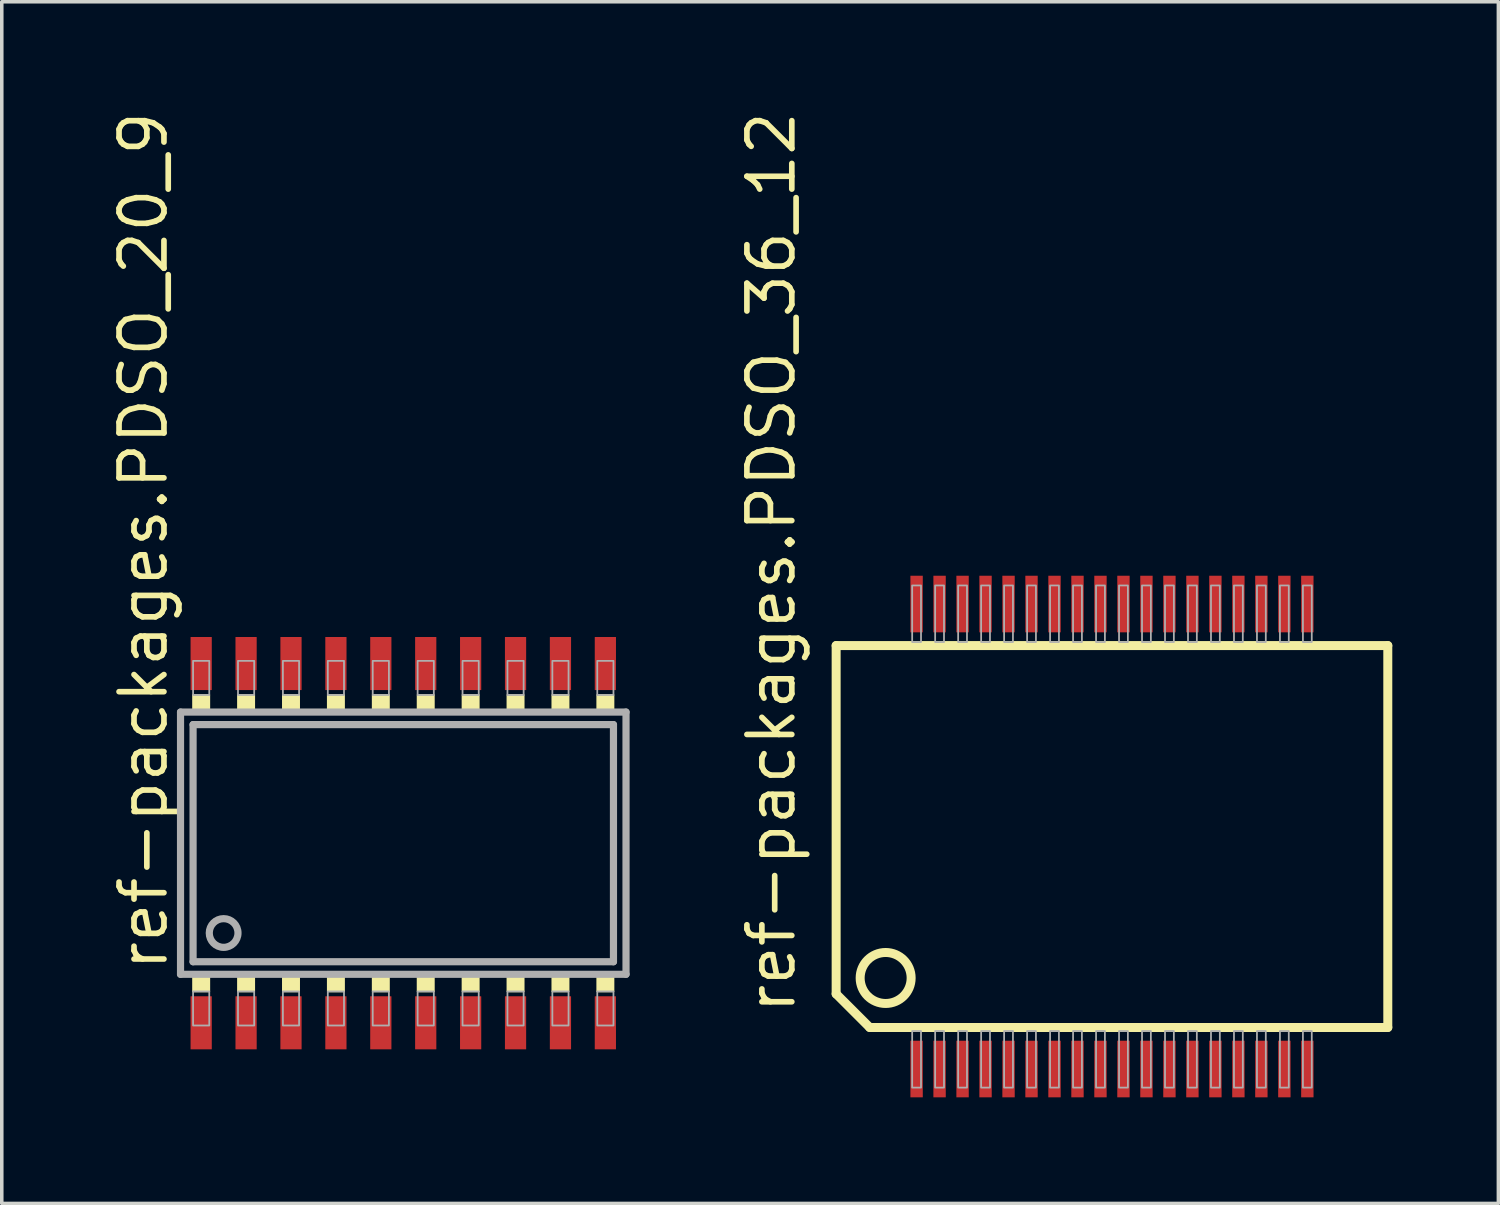
<source format=kicad_pcb>
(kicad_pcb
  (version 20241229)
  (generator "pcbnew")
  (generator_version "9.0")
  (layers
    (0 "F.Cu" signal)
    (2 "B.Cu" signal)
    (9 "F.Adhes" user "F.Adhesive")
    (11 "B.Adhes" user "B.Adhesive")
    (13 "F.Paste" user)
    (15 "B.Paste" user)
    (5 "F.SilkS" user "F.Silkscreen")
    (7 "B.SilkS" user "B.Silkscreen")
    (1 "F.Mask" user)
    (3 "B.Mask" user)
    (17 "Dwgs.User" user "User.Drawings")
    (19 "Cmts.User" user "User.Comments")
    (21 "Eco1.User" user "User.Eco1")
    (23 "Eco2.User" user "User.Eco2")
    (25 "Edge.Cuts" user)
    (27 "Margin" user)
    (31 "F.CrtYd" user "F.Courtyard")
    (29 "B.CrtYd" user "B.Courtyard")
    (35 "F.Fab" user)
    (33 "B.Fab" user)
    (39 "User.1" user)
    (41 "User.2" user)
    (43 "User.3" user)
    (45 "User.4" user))
  (footprint "ref-packages.PDSO_20_9"
    (layer "F.Cu")
    (at 8.354 20.794)
    (property "Reference" "ref-packages.PDSO_20_9" (at -6.604 3.683 90) (layer "F.SilkS") (effects (font (size 1.27 1.27) (thickness 0.16)) (justify left bottom)))
    (attr smd)
    (fp_rect (start -5.944 -3.734) (end -5.486 -4.191) (stroke (width 0.05) (type default)) (fill yes) (layer "F.SilkS"))
    (fp_rect (start -5.944 4.191) (end -5.486 3.734) (stroke (width 0.05) (type default)) (fill yes) (layer "F.SilkS"))
    (fp_rect (start -4.674 -3.734) (end -4.216 -4.191) (stroke (width 0.05) (type default)) (fill yes) (layer "F.SilkS"))
    (fp_rect (start -4.674 4.191) (end -4.216 3.734) (stroke (width 0.05) (type default)) (fill yes) (layer "F.SilkS"))
    (fp_rect (start -3.404 -3.734) (end -2.946 -4.191) (stroke (width 0.05) (type default)) (fill yes) (layer "F.SilkS"))
    (fp_rect (start -3.404 4.191) (end -2.946 3.734) (stroke (width 0.05) (type default)) (fill yes) (layer "F.SilkS"))
    (fp_rect (start -2.134 -3.734) (end -1.676 -4.191) (stroke (width 0.05) (type default)) (fill yes) (layer "F.SilkS"))
    (fp_rect (start -2.134 4.191) (end -1.676 3.734) (stroke (width 0.05) (type default)) (fill yes) (layer "F.SilkS"))
    (fp_rect (start -0.864 -3.734) (end -0.406 -4.191) (stroke (width 0.05) (type default)) (fill yes) (layer "F.SilkS"))
    (fp_rect (start -0.864 4.191) (end -0.406 3.734) (stroke (width 0.05) (type default)) (fill yes) (layer "F.SilkS"))
    (fp_rect (start 0.406 -3.734) (end 0.864 -4.191) (stroke (width 0.05) (type default)) (fill yes) (layer "F.SilkS"))
    (fp_rect (start 0.406 4.191) (end 0.864 3.734) (stroke (width 0.05) (type default)) (fill yes) (layer "F.SilkS"))
    (fp_rect (start 1.676 -3.734) (end 2.134 -4.191) (stroke (width 0.05) (type default)) (fill yes) (layer "F.SilkS"))
    (fp_rect (start 1.676 4.191) (end 2.134 3.734) (stroke (width 0.05) (type default)) (fill yes) (layer "F.SilkS"))
    (fp_rect (start 2.946 -3.734) (end 3.404 -4.191) (stroke (width 0.05) (type default)) (fill yes) (layer "F.SilkS"))
    (fp_rect (start 2.946 4.191) (end 3.404 3.734) (stroke (width 0.05) (type default)) (fill yes) (layer "F.SilkS"))
    (fp_rect (start 4.216 -3.734) (end 4.674 -4.191) (stroke (width 0.05) (type default)) (fill yes) (layer "F.SilkS"))
    (fp_rect (start 4.216 4.191) (end 4.674 3.734) (stroke (width 0.05) (type default)) (fill yes) (layer "F.SilkS"))
    (fp_rect (start 5.486 -3.734) (end 5.944 -4.191) (stroke (width 0.05) (type default)) (fill yes) (layer "F.SilkS"))
    (fp_rect (start 5.486 4.191) (end 5.944 3.734) (stroke (width 0.05) (type default)) (fill yes) (layer "F.SilkS"))
    (fp_line (start -6.299 -3.708) (end 6.299 -3.708) (stroke (width 0.203) (type default)) (layer "F.Fab"))
    (fp_line (start -6.299 3.708) (end -6.299 -3.708) (stroke (width 0.203) (type default)) (layer "F.Fab"))
    (fp_line (start -5.944 -3.353) (end 5.944 -3.353) (stroke (width 0.203) (type default)) (layer "F.Fab"))
    (fp_line (start -5.944 3.353) (end -5.944 -3.353) (stroke (width 0.203) (type default)) (layer "F.Fab"))
    (fp_line (start 5.944 -3.353) (end 5.944 3.353) (stroke (width 0.203) (type default)) (layer "F.Fab"))
    (fp_line (start 5.944 3.353) (end -5.944 3.353) (stroke (width 0.203) (type default)) (layer "F.Fab"))
    (fp_line (start 6.299 -3.708) (end 6.299 3.708) (stroke (width 0.203) (type default)) (layer "F.Fab"))
    (fp_line (start 6.299 3.708) (end -6.299 3.708) (stroke (width 0.203) (type default)) (layer "F.Fab"))
    (fp_rect (start -5.944 -4.191) (end -5.486 -5.156) (stroke (width 0.05) (type default)) (fill no) (layer "F.Fab"))
    (fp_rect (start -5.944 5.156) (end -5.486 4.191) (stroke (width 0.05) (type default)) (fill no) (layer "F.Fab"))
    (fp_rect (start -4.674 -4.191) (end -4.216 -5.156) (stroke (width 0.05) (type default)) (fill no) (layer "F.Fab"))
    (fp_rect (start -4.674 5.156) (end -4.216 4.191) (stroke (width 0.05) (type default)) (fill no) (layer "F.Fab"))
    (fp_rect (start -3.404 -4.191) (end -2.946 -5.156) (stroke (width 0.05) (type default)) (fill no) (layer "F.Fab"))
    (fp_rect (start -3.404 5.156) (end -2.946 4.191) (stroke (width 0.05) (type default)) (fill no) (layer "F.Fab"))
    (fp_rect (start -2.134 -4.191) (end -1.676 -5.156) (stroke (width 0.05) (type default)) (fill no) (layer "F.Fab"))
    (fp_rect (start -2.134 5.156) (end -1.676 4.191) (stroke (width 0.05) (type default)) (fill no) (layer "F.Fab"))
    (fp_rect (start -0.864 -4.191) (end -0.406 -5.156) (stroke (width 0.05) (type default)) (fill no) (layer "F.Fab"))
    (fp_rect (start -0.864 5.156) (end -0.406 4.191) (stroke (width 0.05) (type default)) (fill no) (layer "F.Fab"))
    (fp_rect (start 0.406 -4.191) (end 0.864 -5.156) (stroke (width 0.05) (type default)) (fill no) (layer "F.Fab"))
    (fp_rect (start 0.406 5.156) (end 0.864 4.191) (stroke (width 0.05) (type default)) (fill no) (layer "F.Fab"))
    (fp_rect (start 1.676 -4.191) (end 2.134 -5.156) (stroke (width 0.05) (type default)) (fill no) (layer "F.Fab"))
    (fp_rect (start 1.676 5.156) (end 2.134 4.191) (stroke (width 0.05) (type default)) (fill no) (layer "F.Fab"))
    (fp_rect (start 2.946 -4.191) (end 3.404 -5.156) (stroke (width 0.05) (type default)) (fill no) (layer "F.Fab"))
    (fp_rect (start 2.946 5.156) (end 3.404 4.191) (stroke (width 0.05) (type default)) (fill no) (layer "F.Fab"))
    (fp_rect (start 4.216 -4.191) (end 4.674 -5.156) (stroke (width 0.05) (type default)) (fill no) (layer "F.Fab"))
    (fp_rect (start 4.216 5.156) (end 4.674 4.191) (stroke (width 0.05) (type default)) (fill no) (layer "F.Fab"))
    (fp_rect (start 5.486 -4.191) (end 5.944 -5.156) (stroke (width 0.05) (type default)) (fill no) (layer "F.Fab"))
    (fp_rect (start 5.486 5.156) (end 5.944 4.191) (stroke (width 0.05) (type default)) (fill no) (layer "F.Fab"))
    (fp_circle (center -5.08 2.54) (end -4.674 2.54) (stroke (width 0.203) (type default)) (fill no) (layer "F.Fab"))
    (pad "1" smd roundrect (at -5.715 5.08) (size 0.6 1.5) (layers "F.Cu" "F.Mask" "F.Paste") (roundrect_rratio 0.01))
    (pad "2" smd roundrect (at -4.445 5.08) (size 0.6 1.5) (layers "F.Cu" "F.Mask" "F.Paste") (roundrect_rratio 0.01))
    (pad "3" smd roundrect (at -3.175 5.08) (size 0.6 1.5) (layers "F.Cu" "F.Mask" "F.Paste") (roundrect_rratio 0.01))
    (pad "4" smd roundrect (at -1.905 5.08) (size 0.6 1.5) (layers "F.Cu" "F.Mask" "F.Paste") (roundrect_rratio 0.01))
    (pad "5" smd roundrect (at -0.635 5.08) (size 0.6 1.5) (layers "F.Cu" "F.Mask" "F.Paste") (roundrect_rratio 0.01))
    (pad "6" smd roundrect (at 0.635 5.08) (size 0.6 1.5) (layers "F.Cu" "F.Mask" "F.Paste") (roundrect_rratio 0.01))
    (pad "7" smd roundrect (at 1.905 5.08) (size 0.6 1.5) (layers "F.Cu" "F.Mask" "F.Paste") (roundrect_rratio 0.01))
    (pad "8" smd roundrect (at 3.175 5.08) (size 0.6 1.5) (layers "F.Cu" "F.Mask" "F.Paste") (roundrect_rratio 0.01))
    (pad "9" smd roundrect (at 4.445 5.08) (size 0.6 1.5) (layers "F.Cu" "F.Mask" "F.Paste") (roundrect_rratio 0.01))
    (pad "10" smd roundrect (at 5.715 5.08) (size 0.6 1.5) (layers "F.Cu" "F.Mask" "F.Paste") (roundrect_rratio 0.01))
    (pad "11" smd roundrect (at 5.715 -5.08) (size 0.6 1.5) (layers "F.Cu" "F.Mask" "F.Paste") (roundrect_rratio 0.01))
    (pad "12" smd roundrect (at 4.445 -5.08) (size 0.6 1.5) (layers "F.Cu" "F.Mask" "F.Paste") (roundrect_rratio 0.01))
    (pad "13" smd roundrect (at 3.175 -5.08) (size 0.6 1.5) (layers "F.Cu" "F.Mask" "F.Paste") (roundrect_rratio 0.01))
    (pad "14" smd roundrect (at 1.905 -5.08) (size 0.6 1.5) (layers "F.Cu" "F.Mask" "F.Paste") (roundrect_rratio 0.01))
    (pad "15" smd roundrect (at 0.635 -5.08) (size 0.6 1.5) (layers "F.Cu" "F.Mask" "F.Paste") (roundrect_rratio 0.01))
    (pad "16" smd roundrect (at -0.635 -5.08) (size 0.6 1.5) (layers "F.Cu" "F.Mask" "F.Paste") (roundrect_rratio 0.01))
    (pad "17" smd roundrect (at -1.905 -5.08) (size 0.6 1.5) (layers "F.Cu" "F.Mask" "F.Paste") (roundrect_rratio 0.01))
    (pad "18" smd roundrect (at -3.175 -5.08) (size 0.6 1.5) (layers "F.Cu" "F.Mask" "F.Paste") (roundrect_rratio 0.01))
    (pad "19" smd roundrect (at -4.445 -5.08) (size 0.6 1.5) (layers "F.Cu" "F.Mask" "F.Paste") (roundrect_rratio 0.01))
    (pad "20" smd roundrect (at -5.715 -5.08) (size 0.6 1.5) (layers "F.Cu" "F.Mask" "F.Paste") (roundrect_rratio 0.01)))
  (footprint "ref-packages.PDSO_36_12"
    (layer "F.Cu")
    (at 28.395 20.606)
    (property "Reference" "ref-packages.PDSO_36_12" (at -8.89 5.08 90) (layer "F.SilkS") (effects (font (size 1.27 1.27) (thickness 0.16)) (justify left bottom)))
    (attr smd)
    (fp_line (start -7.8 -5.4) (end -7.8 4.45) (stroke (width 0.254) (type default)) (layer "F.SilkS"))
    (fp_line (start -6.85 5.4) (end -7.8 4.45) (stroke (width 0.254) (type default)) (layer "F.SilkS"))
    (fp_line (start -6.85 5.4) (end 7.8 5.4) (stroke (width 0.254) (type default)) (layer "F.SilkS"))
    (fp_line (start 7.8 -5.4) (end -7.8 -5.4) (stroke (width 0.254) (type default)) (layer "F.SilkS"))
    (fp_line (start 7.8 5.4) (end 7.8 -5.4) (stroke (width 0.254) (type default)) (layer "F.SilkS"))
    (fp_circle (center -6.4 4) (end -5.679 4) (stroke (width 0.254) (type default)) (fill no) (layer "F.SilkS"))
    (fp_rect (start -5.65 -5.5) (end -5.4 -7.1) (stroke (width 0.05) (type default)) (fill no) (layer "F.Fab"))
    (fp_rect (start -5.65 7.1) (end -5.4 5.5) (stroke (width 0.05) (type default)) (fill no) (layer "F.Fab"))
    (fp_rect (start -5 -5.5) (end -4.75 -7.1) (stroke (width 0.05) (type default)) (fill no) (layer "F.Fab"))
    (fp_rect (start -5 7.1) (end -4.75 5.5) (stroke (width 0.05) (type default)) (fill no) (layer "F.Fab"))
    (fp_rect (start -4.35 -5.5) (end -4.1 -7.1) (stroke (width 0.05) (type default)) (fill no) (layer "F.Fab"))
    (fp_rect (start -4.35 7.1) (end -4.1 5.5) (stroke (width 0.05) (type default)) (fill no) (layer "F.Fab"))
    (fp_rect (start -3.7 -5.5) (end -3.45 -7.1) (stroke (width 0.05) (type default)) (fill no) (layer "F.Fab"))
    (fp_rect (start -3.7 7.1) (end -3.45 5.5) (stroke (width 0.05) (type default)) (fill no) (layer "F.Fab"))
    (fp_rect (start -3.05 -5.5) (end -2.8 -7.1) (stroke (width 0.05) (type default)) (fill no) (layer "F.Fab"))
    (fp_rect (start -3.05 7.1) (end -2.8 5.5) (stroke (width 0.05) (type default)) (fill no) (layer "F.Fab"))
    (fp_rect (start -2.4 -5.5) (end -2.15 -7.1) (stroke (width 0.05) (type default)) (fill no) (layer "F.Fab"))
    (fp_rect (start -2.4 7.1) (end -2.15 5.5) (stroke (width 0.05) (type default)) (fill no) (layer "F.Fab"))
    (fp_rect (start -1.75 -5.5) (end -1.5 -7.1) (stroke (width 0.05) (type default)) (fill no) (layer "F.Fab"))
    (fp_rect (start -1.75 7.1) (end -1.5 5.5) (stroke (width 0.05) (type default)) (fill no) (layer "F.Fab"))
    (fp_rect (start -1.1 -5.5) (end -0.85 -7.1) (stroke (width 0.05) (type default)) (fill no) (layer "F.Fab"))
    (fp_rect (start -1.1 7.1) (end -0.85 5.5) (stroke (width 0.05) (type default)) (fill no) (layer "F.Fab"))
    (fp_rect (start -0.45 -5.5) (end -0.2 -7.1) (stroke (width 0.05) (type default)) (fill no) (layer "F.Fab"))
    (fp_rect (start -0.45 7.1) (end -0.2 5.5) (stroke (width 0.05) (type default)) (fill no) (layer "F.Fab"))
    (fp_rect (start 0.2 -5.5) (end 0.45 -7.1) (stroke (width 0.05) (type default)) (fill no) (layer "F.Fab"))
    (fp_rect (start 0.2 7.1) (end 0.45 5.5) (stroke (width 0.05) (type default)) (fill no) (layer "F.Fab"))
    (fp_rect (start 0.85 -5.5) (end 1.1 -7.1) (stroke (width 0.05) (type default)) (fill no) (layer "F.Fab"))
    (fp_rect (start 0.85 7.1) (end 1.1 5.5) (stroke (width 0.05) (type default)) (fill no) (layer "F.Fab"))
    (fp_rect (start 1.5 -5.5) (end 1.75 -7.1) (stroke (width 0.05) (type default)) (fill no) (layer "F.Fab"))
    (fp_rect (start 1.5 7.1) (end 1.75 5.5) (stroke (width 0.05) (type default)) (fill no) (layer "F.Fab"))
    (fp_rect (start 2.15 -5.5) (end 2.4 -7.1) (stroke (width 0.05) (type default)) (fill no) (layer "F.Fab"))
    (fp_rect (start 2.15 7.1) (end 2.4 5.5) (stroke (width 0.05) (type default)) (fill no) (layer "F.Fab"))
    (fp_rect (start 2.8 -5.5) (end 3.05 -7.1) (stroke (width 0.05) (type default)) (fill no) (layer "F.Fab"))
    (fp_rect (start 2.8 7.1) (end 3.05 5.5) (stroke (width 0.05) (type default)) (fill no) (layer "F.Fab"))
    (fp_rect (start 3.45 -5.5) (end 3.7 -7.1) (stroke (width 0.05) (type default)) (fill no) (layer "F.Fab"))
    (fp_rect (start 3.45 7.1) (end 3.7 5.5) (stroke (width 0.05) (type default)) (fill no) (layer "F.Fab"))
    (fp_rect (start 4.1 -5.5) (end 4.35 -7.1) (stroke (width 0.05) (type default)) (fill no) (layer "F.Fab"))
    (fp_rect (start 4.1 7.1) (end 4.35 5.5) (stroke (width 0.05) (type default)) (fill no) (layer "F.Fab"))
    (fp_rect (start 4.75 -5.5) (end 5 -7.1) (stroke (width 0.05) (type default)) (fill no) (layer "F.Fab"))
    (fp_rect (start 4.75 7.1) (end 5 5.5) (stroke (width 0.05) (type default)) (fill no) (layer "F.Fab"))
    (fp_rect (start 5.4 -5.5) (end 5.65 -7.1) (stroke (width 0.05) (type default)) (fill no) (layer "F.Fab"))
    (fp_rect (start 5.4 7.1) (end 5.65 5.5) (stroke (width 0.05) (type default)) (fill no) (layer "F.Fab"))
    (pad "1" smd roundrect (at -5.525 6.575) (size 0.35 1.6) (layers "F.Cu" "F.Mask" "F.Paste") (roundrect_rratio 0.01))
    (pad "2" smd roundrect (at -4.875 6.575) (size 0.35 1.6) (layers "F.Cu" "F.Mask" "F.Paste") (roundrect_rratio 0.01))
    (pad "3" smd roundrect (at -4.225 6.575) (size 0.35 1.6) (layers "F.Cu" "F.Mask" "F.Paste") (roundrect_rratio 0.01))
    (pad "4" smd roundrect (at -3.575 6.575) (size 0.35 1.6) (layers "F.Cu" "F.Mask" "F.Paste") (roundrect_rratio 0.01))
    (pad "5" smd roundrect (at -2.925 6.575) (size 0.35 1.6) (layers "F.Cu" "F.Mask" "F.Paste") (roundrect_rratio 0.01))
    (pad "6" smd roundrect (at -2.275 6.575) (size 0.35 1.6) (layers "F.Cu" "F.Mask" "F.Paste") (roundrect_rratio 0.01))
    (pad "7" smd roundrect (at -1.625 6.575) (size 0.35 1.6) (layers "F.Cu" "F.Mask" "F.Paste") (roundrect_rratio 0.01))
    (pad "8" smd roundrect (at -0.975 6.575) (size 0.35 1.6) (layers "F.Cu" "F.Mask" "F.Paste") (roundrect_rratio 0.01))
    (pad "9" smd roundrect (at -0.325 6.575) (size 0.35 1.6) (layers "F.Cu" "F.Mask" "F.Paste") (roundrect_rratio 0.01))
    (pad "10" smd roundrect (at 0.325 6.575) (size 0.35 1.6) (layers "F.Cu" "F.Mask" "F.Paste") (roundrect_rratio 0.01))
    (pad "11" smd roundrect (at 0.975 6.575) (size 0.35 1.6) (layers "F.Cu" "F.Mask" "F.Paste") (roundrect_rratio 0.01))
    (pad "12" smd roundrect (at 1.625 6.575) (size 0.35 1.6) (layers "F.Cu" "F.Mask" "F.Paste") (roundrect_rratio 0.01))
    (pad "13" smd roundrect (at 2.275 6.575) (size 0.35 1.6) (layers "F.Cu" "F.Mask" "F.Paste") (roundrect_rratio 0.01))
    (pad "14" smd roundrect (at 2.925 6.575) (size 0.35 1.6) (layers "F.Cu" "F.Mask" "F.Paste") (roundrect_rratio 0.01))
    (pad "15" smd roundrect (at 3.575 6.575) (size 0.35 1.6) (layers "F.Cu" "F.Mask" "F.Paste") (roundrect_rratio 0.01))
    (pad "16" smd roundrect (at 4.225 6.575) (size 0.35 1.6) (layers "F.Cu" "F.Mask" "F.Paste") (roundrect_rratio 0.01))
    (pad "17" smd roundrect (at 4.875 6.575) (size 0.35 1.6) (layers "F.Cu" "F.Mask" "F.Paste") (roundrect_rratio 0.01))
    (pad "18" smd roundrect (at 5.525 6.575) (size 0.35 1.6) (layers "F.Cu" "F.Mask" "F.Paste") (roundrect_rratio 0.01))
    (pad "19" smd roundrect (at 5.525 -6.575) (size 0.35 1.6) (layers "F.Cu" "F.Mask" "F.Paste") (roundrect_rratio 0.01))
    (pad "20" smd roundrect (at 4.875 -6.575) (size 0.35 1.6) (layers "F.Cu" "F.Mask" "F.Paste") (roundrect_rratio 0.01))
    (pad "21" smd roundrect (at 4.225 -6.575) (size 0.35 1.6) (layers "F.Cu" "F.Mask" "F.Paste") (roundrect_rratio 0.01))
    (pad "22" smd roundrect (at 3.575 -6.575) (size 0.35 1.6) (layers "F.Cu" "F.Mask" "F.Paste") (roundrect_rratio 0.01))
    (pad "23" smd roundrect (at 2.925 -6.575) (size 0.35 1.6) (layers "F.Cu" "F.Mask" "F.Paste") (roundrect_rratio 0.01))
    (pad "24" smd roundrect (at 2.275 -6.575) (size 0.35 1.6) (layers "F.Cu" "F.Mask" "F.Paste") (roundrect_rratio 0.01))
    (pad "25" smd roundrect (at 1.625 -6.575) (size 0.35 1.6) (layers "F.Cu" "F.Mask" "F.Paste") (roundrect_rratio 0.01))
    (pad "26" smd roundrect (at 0.975 -6.575) (size 0.35 1.6) (layers "F.Cu" "F.Mask" "F.Paste") (roundrect_rratio 0.01))
    (pad "27" smd roundrect (at 0.325 -6.575) (size 0.35 1.6) (layers "F.Cu" "F.Mask" "F.Paste") (roundrect_rratio 0.01))
    (pad "28" smd roundrect (at -0.325 -6.575) (size 0.35 1.6) (layers "F.Cu" "F.Mask" "F.Paste") (roundrect_rratio 0.01))
    (pad "29" smd roundrect (at -0.975 -6.575) (size 0.35 1.6) (layers "F.Cu" "F.Mask" "F.Paste") (roundrect_rratio 0.01))
    (pad "30" smd roundrect (at -1.625 -6.575) (size 0.35 1.6) (layers "F.Cu" "F.Mask" "F.Paste") (roundrect_rratio 0.01))
    (pad "31" smd roundrect (at -2.275 -6.575) (size 0.35 1.6) (layers "F.Cu" "F.Mask" "F.Paste") (roundrect_rratio 0.01))
    (pad "32" smd roundrect (at -2.925 -6.575) (size 0.35 1.6) (layers "F.Cu" "F.Mask" "F.Paste") (roundrect_rratio 0.01))
    (pad "33" smd roundrect (at -3.575 -6.575) (size 0.35 1.6) (layers "F.Cu" "F.Mask" "F.Paste") (roundrect_rratio 0.01))
    (pad "34" smd roundrect (at -4.225 -6.575) (size 0.35 1.6) (layers "F.Cu" "F.Mask" "F.Paste") (roundrect_rratio 0.01))
    (pad "35" smd roundrect (at -4.875 -6.575) (size 0.35 1.6) (layers "F.Cu" "F.Mask" "F.Paste") (roundrect_rratio 0.01))
    (pad "36" smd roundrect (at -5.525 -6.575) (size 0.35 1.6) (layers "F.Cu" "F.Mask" "F.Paste") (roundrect_rratio 0.01)))
  (gr_rect
    (start -3 -3)
    (end 39.322 30.981)
    (stroke (width 0.1) (type default))
    (fill no)
    (layer "Edge.Cuts")))
</source>
